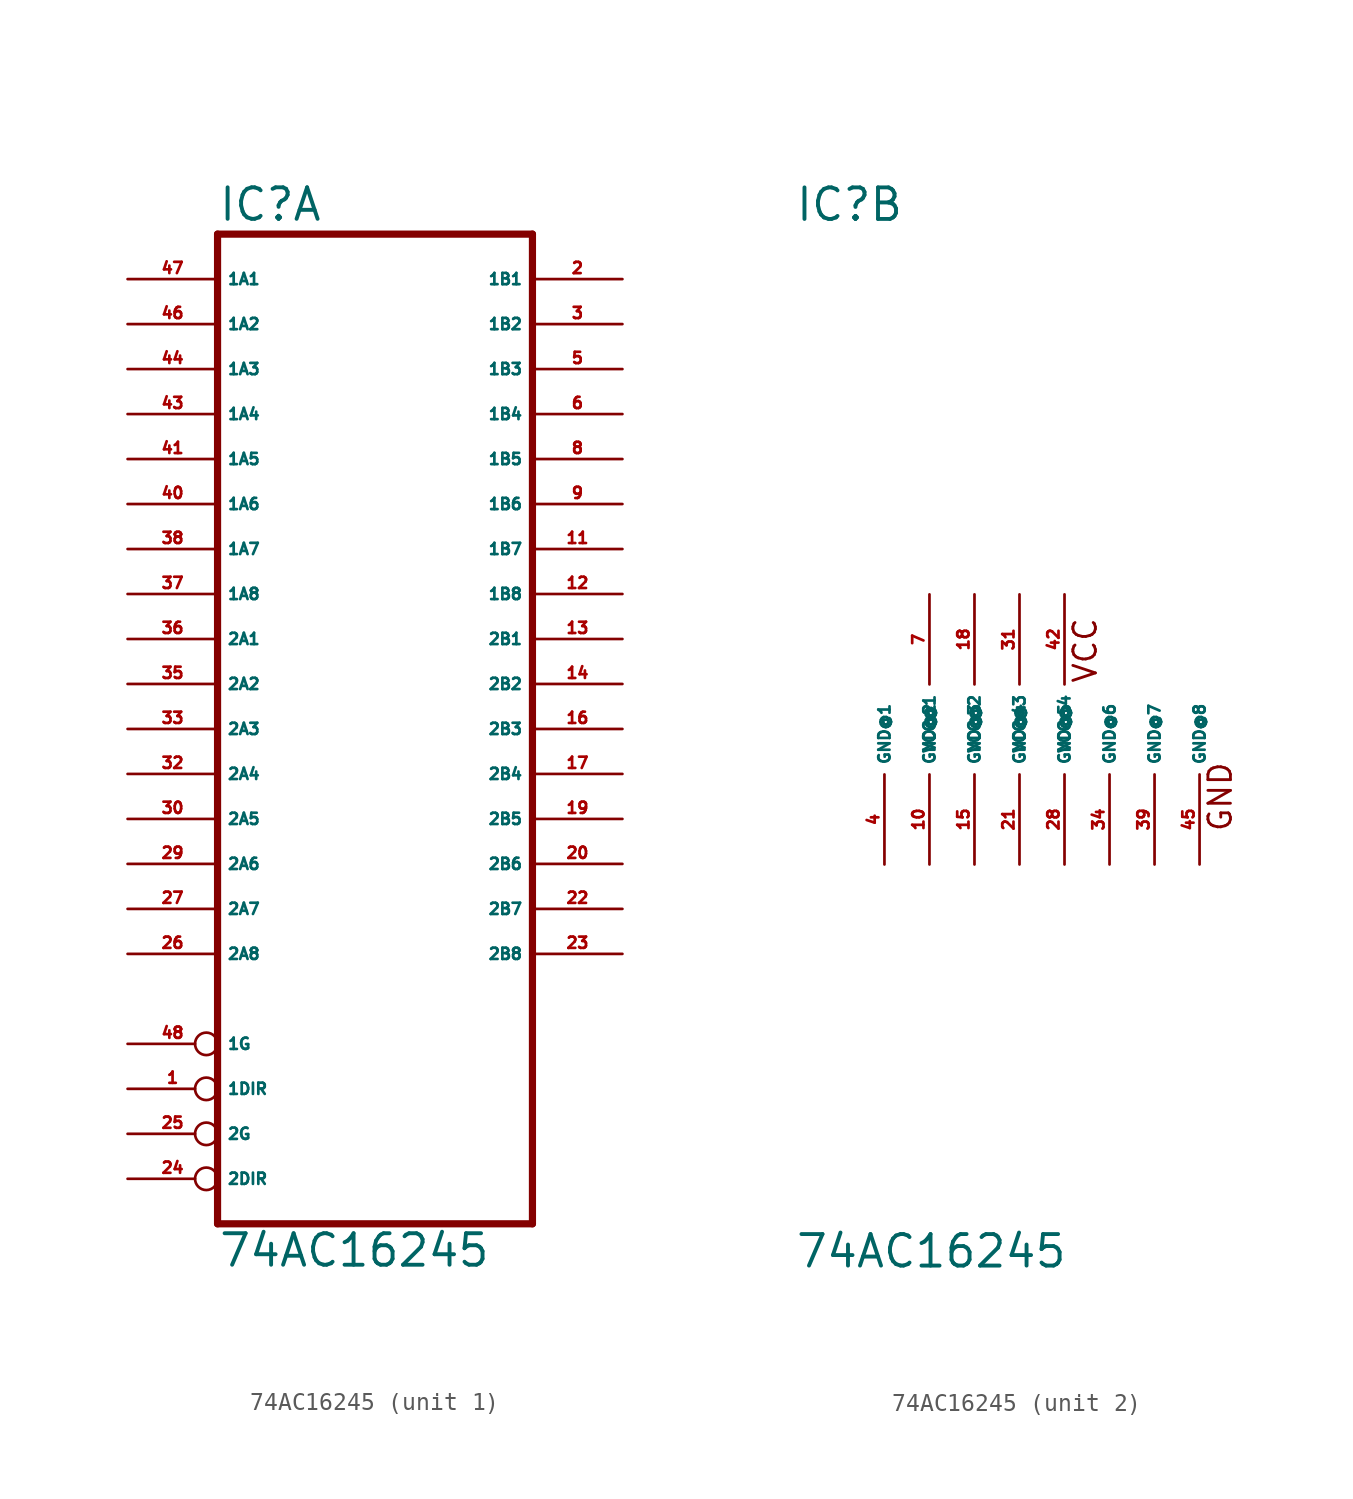
<source format=kicad_sym>
(kicad_symbol_lib
  (version 20220914)
  (generator Eagle2Kicad)
  (symbol "74AC16245"
    (property "Reference" "IC"
      (at -10.16 28.575 0)
      (effects (font (size 1.778 1.778) (thickness 0.22)) (justify left bottom)))
    (property "Value" "74AC16245"
      (at -10.16 -30.48 0)
      (effects (font (size 1.778 1.778) (thickness 0.22)) (justify left bottom)))
    (symbol "74AC16245_1_0"
      (polyline (pts (xy -10.16 27.94) (xy -10.16 -27.94)) (stroke (width 0.406) (type default)) (fill (type none)))
      (polyline (pts (xy 7.62 -27.94) (xy -10.16 -27.94)) (stroke (width 0.406) (type default)) (fill (type none)))
      (polyline (pts (xy 7.62 -27.94) (xy 7.62 27.94)) (stroke (width 0.406) (type default)) (fill (type none)))
      (polyline (pts (xy -10.16 27.94) (xy 7.62 27.94)) (stroke (width 0.406) (type default)) (fill (type none)))
      (pin input inverted (at -15.24 -17.78 0) (length 5.08) (name "1G" (effects (font (size 0.635 0.635) (thickness 0.08)) (justify left bottom))) (number "48" (effects (font (size 0.635 0.635) (thickness 0.08)) (justify left bottom))))
      (pin input inverted (at -15.24 -20.32 0) (length 5.08) (name "1DIR" (effects (font (size 0.635 0.635) (thickness 0.08)) (justify left bottom))) (number "1" (effects (font (size 0.635 0.635) (thickness 0.08)) (justify left bottom))))
      (pin input inverted (at -15.24 -22.86 0) (length 5.08) (name "2G" (effects (font (size 0.635 0.635) (thickness 0.08)) (justify left bottom))) (number "25" (effects (font (size 0.635 0.635) (thickness 0.08)) (justify left bottom))))
      (pin input inverted (at -15.24 -25.4 0) (length 5.08) (name "2DIR" (effects (font (size 0.635 0.635) (thickness 0.08)) (justify left bottom))) (number "24" (effects (font (size 0.635 0.635) (thickness 0.08)) (justify left bottom))))
      (pin bidirectional line (at 12.7 25.4 180) (length 5.08) (name "1B1" (effects (font (size 0.635 0.635) (thickness 0.08)) (justify left bottom))) (number "2" (effects (font (size 0.635 0.635) (thickness 0.08)) (justify left bottom))))
      (pin bidirectional line (at 12.7 22.86 180) (length 5.08) (name "1B2" (effects (font (size 0.635 0.635) (thickness 0.08)) (justify left bottom))) (number "3" (effects (font (size 0.635 0.635) (thickness 0.08)) (justify left bottom))))
      (pin bidirectional line (at 12.7 20.32 180) (length 5.08) (name "1B3" (effects (font (size 0.635 0.635) (thickness 0.08)) (justify left bottom))) (number "5" (effects (font (size 0.635 0.635) (thickness 0.08)) (justify left bottom))))
      (pin bidirectional line (at 12.7 17.78 180) (length 5.08) (name "1B4" (effects (font (size 0.635 0.635) (thickness 0.08)) (justify left bottom))) (number "6" (effects (font (size 0.635 0.635) (thickness 0.08)) (justify left bottom))))
      (pin bidirectional line (at 12.7 15.24 180) (length 5.08) (name "1B5" (effects (font (size 0.635 0.635) (thickness 0.08)) (justify left bottom))) (number "8" (effects (font (size 0.635 0.635) (thickness 0.08)) (justify left bottom))))
      (pin bidirectional line (at 12.7 12.7 180) (length 5.08) (name "1B6" (effects (font (size 0.635 0.635) (thickness 0.08)) (justify left bottom))) (number "9" (effects (font (size 0.635 0.635) (thickness 0.08)) (justify left bottom))))
      (pin bidirectional line (at 12.7 10.16 180) (length 5.08) (name "1B7" (effects (font (size 0.635 0.635) (thickness 0.08)) (justify left bottom))) (number "11" (effects (font (size 0.635 0.635) (thickness 0.08)) (justify left bottom))))
      (pin bidirectional line (at 12.7 7.62 180) (length 5.08) (name "1B8" (effects (font (size 0.635 0.635) (thickness 0.08)) (justify left bottom))) (number "12" (effects (font (size 0.635 0.635) (thickness 0.08)) (justify left bottom))))
      (pin bidirectional line (at 12.7 5.08 180) (length 5.08) (name "2B1" (effects (font (size 0.635 0.635) (thickness 0.08)) (justify left bottom))) (number "13" (effects (font (size 0.635 0.635) (thickness 0.08)) (justify left bottom))))
      (pin bidirectional line (at 12.7 2.54 180) (length 5.08) (name "2B2" (effects (font (size 0.635 0.635) (thickness 0.08)) (justify left bottom))) (number "14" (effects (font (size 0.635 0.635) (thickness 0.08)) (justify left bottom))))
      (pin bidirectional line (at 12.7 0 180) (length 5.08) (name "2B3" (effects (font (size 0.635 0.635) (thickness 0.08)) (justify left bottom))) (number "16" (effects (font (size 0.635 0.635) (thickness 0.08)) (justify left bottom))))
      (pin bidirectional line (at 12.7 -2.54 180) (length 5.08) (name "2B4" (effects (font (size 0.635 0.635) (thickness 0.08)) (justify left bottom))) (number "17" (effects (font (size 0.635 0.635) (thickness 0.08)) (justify left bottom))))
      (pin bidirectional line (at 12.7 -5.08 180) (length 5.08) (name "2B5" (effects (font (size 0.635 0.635) (thickness 0.08)) (justify left bottom))) (number "19" (effects (font (size 0.635 0.635) (thickness 0.08)) (justify left bottom))))
      (pin bidirectional line (at 12.7 -7.62 180) (length 5.08) (name "2B6" (effects (font (size 0.635 0.635) (thickness 0.08)) (justify left bottom))) (number "20" (effects (font (size 0.635 0.635) (thickness 0.08)) (justify left bottom))))
      (pin bidirectional line (at 12.7 -10.16 180) (length 5.08) (name "2B7" (effects (font (size 0.635 0.635) (thickness 0.08)) (justify left bottom))) (number "22" (effects (font (size 0.635 0.635) (thickness 0.08)) (justify left bottom))))
      (pin bidirectional line (at 12.7 -12.7 180) (length 5.08) (name "2B8" (effects (font (size 0.635 0.635) (thickness 0.08)) (justify left bottom))) (number "23" (effects (font (size 0.635 0.635) (thickness 0.08)) (justify left bottom))))
      (pin bidirectional line (at -15.24 25.4 0) (length 5.08) (name "1A1" (effects (font (size 0.635 0.635) (thickness 0.08)) (justify left bottom))) (number "47" (effects (font (size 0.635 0.635) (thickness 0.08)) (justify left bottom))))
      (pin bidirectional line (at -15.24 22.86 0) (length 5.08) (name "1A2" (effects (font (size 0.635 0.635) (thickness 0.08)) (justify left bottom))) (number "46" (effects (font (size 0.635 0.635) (thickness 0.08)) (justify left bottom))))
      (pin bidirectional line (at -15.24 20.32 0) (length 5.08) (name "1A3" (effects (font (size 0.635 0.635) (thickness 0.08)) (justify left bottom))) (number "44" (effects (font (size 0.635 0.635) (thickness 0.08)) (justify left bottom))))
      (pin bidirectional line (at -15.24 17.78 0) (length 5.08) (name "1A4" (effects (font (size 0.635 0.635) (thickness 0.08)) (justify left bottom))) (number "43" (effects (font (size 0.635 0.635) (thickness 0.08)) (justify left bottom))))
      (pin bidirectional line (at -15.24 15.24 0) (length 5.08) (name "1A5" (effects (font (size 0.635 0.635) (thickness 0.08)) (justify left bottom))) (number "41" (effects (font (size 0.635 0.635) (thickness 0.08)) (justify left bottom))))
      (pin bidirectional line (at -15.24 12.7 0) (length 5.08) (name "1A6" (effects (font (size 0.635 0.635) (thickness 0.08)) (justify left bottom))) (number "40" (effects (font (size 0.635 0.635) (thickness 0.08)) (justify left bottom))))
      (pin bidirectional line (at -15.24 10.16 0) (length 5.08) (name "1A7" (effects (font (size 0.635 0.635) (thickness 0.08)) (justify left bottom))) (number "38" (effects (font (size 0.635 0.635) (thickness 0.08)) (justify left bottom))))
      (pin bidirectional line (at -15.24 7.62 0) (length 5.08) (name "1A8" (effects (font (size 0.635 0.635) (thickness 0.08)) (justify left bottom))) (number "37" (effects (font (size 0.635 0.635) (thickness 0.08)) (justify left bottom))))
      (pin bidirectional line (at -15.24 5.08 0) (length 5.08) (name "2A1" (effects (font (size 0.635 0.635) (thickness 0.08)) (justify left bottom))) (number "36" (effects (font (size 0.635 0.635) (thickness 0.08)) (justify left bottom))))
      (pin bidirectional line (at -15.24 2.54 0) (length 5.08) (name "2A2" (effects (font (size 0.635 0.635) (thickness 0.08)) (justify left bottom))) (number "35" (effects (font (size 0.635 0.635) (thickness 0.08)) (justify left bottom))))
      (pin bidirectional line (at -15.24 0 0) (length 5.08) (name "2A3" (effects (font (size 0.635 0.635) (thickness 0.08)) (justify left bottom))) (number "33" (effects (font (size 0.635 0.635) (thickness 0.08)) (justify left bottom))))
      (pin bidirectional line (at -15.24 -2.54 0) (length 5.08) (name "2A4" (effects (font (size 0.635 0.635) (thickness 0.08)) (justify left bottom))) (number "32" (effects (font (size 0.635 0.635) (thickness 0.08)) (justify left bottom))))
      (pin bidirectional line (at -15.24 -5.08 0) (length 5.08) (name "2A5" (effects (font (size 0.635 0.635) (thickness 0.08)) (justify left bottom))) (number "30" (effects (font (size 0.635 0.635) (thickness 0.08)) (justify left bottom))))
      (pin bidirectional line (at -15.24 -7.62 0) (length 5.08) (name "2A6" (effects (font (size 0.635 0.635) (thickness 0.08)) (justify left bottom))) (number "29" (effects (font (size 0.635 0.635) (thickness 0.08)) (justify left bottom))))
      (pin bidirectional line (at -15.24 -10.16 0) (length 5.08) (name "2A7" (effects (font (size 0.635 0.635) (thickness 0.08)) (justify left bottom))) (number "27" (effects (font (size 0.635 0.635) (thickness 0.08)) (justify left bottom))))
      (pin bidirectional line (at -15.24 -12.7 0) (length 5.08) (name "2A8" (effects (font (size 0.635 0.635) (thickness 0.08)) (justify left bottom))) (number "26" (effects (font (size 0.635 0.635) (thickness 0.08)) (justify left bottom)))))
    (symbol "74AC16245_2_0"
      (text "VCC" (at 6.985 2.54 900) (effects (font (size 1.27 1.27) (thickness 0.16)) (justify left bottom)))
      (text "GND" (at 14.605 -5.842 900) (effects (font (size 1.27 1.27) (thickness 0.16)) (justify left bottom)))
      (pin unspecified line (at -2.54 7.62 270) (length 5.08) (name "VCC@1" (effects (font (size 0.635 0.635) (thickness 0.08)) (justify left bottom))) (number "7" (effects (font (size 0.635 0.635) (thickness 0.08)) (justify left bottom))))
      (pin unspecified line (at 0 7.62 270) (length 5.08) (name "VCC@2" (effects (font (size 0.635 0.635) (thickness 0.08)) (justify left bottom))) (number "18" (effects (font (size 0.635 0.635) (thickness 0.08)) (justify left bottom))))
      (pin unspecified line (at 2.54 -7.62 90) (length 5.08) (name "GND@4" (effects (font (size 0.635 0.635) (thickness 0.08)) (justify left bottom))) (number "21" (effects (font (size 0.635 0.635) (thickness 0.08)) (justify left bottom))))
      (pin unspecified line (at 0 -7.62 90) (length 5.08) (name "GND@3" (effects (font (size 0.635 0.635) (thickness 0.08)) (justify left bottom))) (number "15" (effects (font (size 0.635 0.635) (thickness 0.08)) (justify left bottom))))
      (pin unspecified line (at -2.54 -7.62 90) (length 5.08) (name "GND@2" (effects (font (size 0.635 0.635) (thickness 0.08)) (justify left bottom))) (number "10" (effects (font (size 0.635 0.635) (thickness 0.08)) (justify left bottom))))
      (pin unspecified line (at -5.08 -7.62 90) (length 5.08) (name "GND@1" (effects (font (size 0.635 0.635) (thickness 0.08)) (justify left bottom))) (number "4" (effects (font (size 0.635 0.635) (thickness 0.08)) (justify left bottom))))
      (pin unspecified line (at 2.54 7.62 270) (length 5.08) (name "VCC@3" (effects (font (size 0.635 0.635) (thickness 0.08)) (justify left bottom))) (number "31" (effects (font (size 0.635 0.635) (thickness 0.08)) (justify left bottom))))
      (pin unspecified line (at 5.08 7.62 270) (length 5.08) (name "VCC@4" (effects (font (size 0.635 0.635) (thickness 0.08)) (justify left bottom))) (number "42" (effects (font (size 0.635 0.635) (thickness 0.08)) (justify left bottom))))
      (pin unspecified line (at 5.08 -7.62 90) (length 5.08) (name "GND@5" (effects (font (size 0.635 0.635) (thickness 0.08)) (justify left bottom))) (number "28" (effects (font (size 0.635 0.635) (thickness 0.08)) (justify left bottom))))
      (pin unspecified line (at 7.62 -7.62 90) (length 5.08) (name "GND@6" (effects (font (size 0.635 0.635) (thickness 0.08)) (justify left bottom))) (number "34" (effects (font (size 0.635 0.635) (thickness 0.08)) (justify left bottom))))
      (pin unspecified line (at 10.16 -7.62 90) (length 5.08) (name "GND@7" (effects (font (size 0.635 0.635) (thickness 0.08)) (justify left bottom))) (number "39" (effects (font (size 0.635 0.635) (thickness 0.08)) (justify left bottom))))
      (pin unspecified line (at 12.7 -7.62 90) (length 5.08) (name "GND@8" (effects (font (size 0.635 0.635) (thickness 0.08)) (justify left bottom))) (number "45" (effects (font (size 0.635 0.635) (thickness 0.08)) (justify left bottom)))))))
</source>
